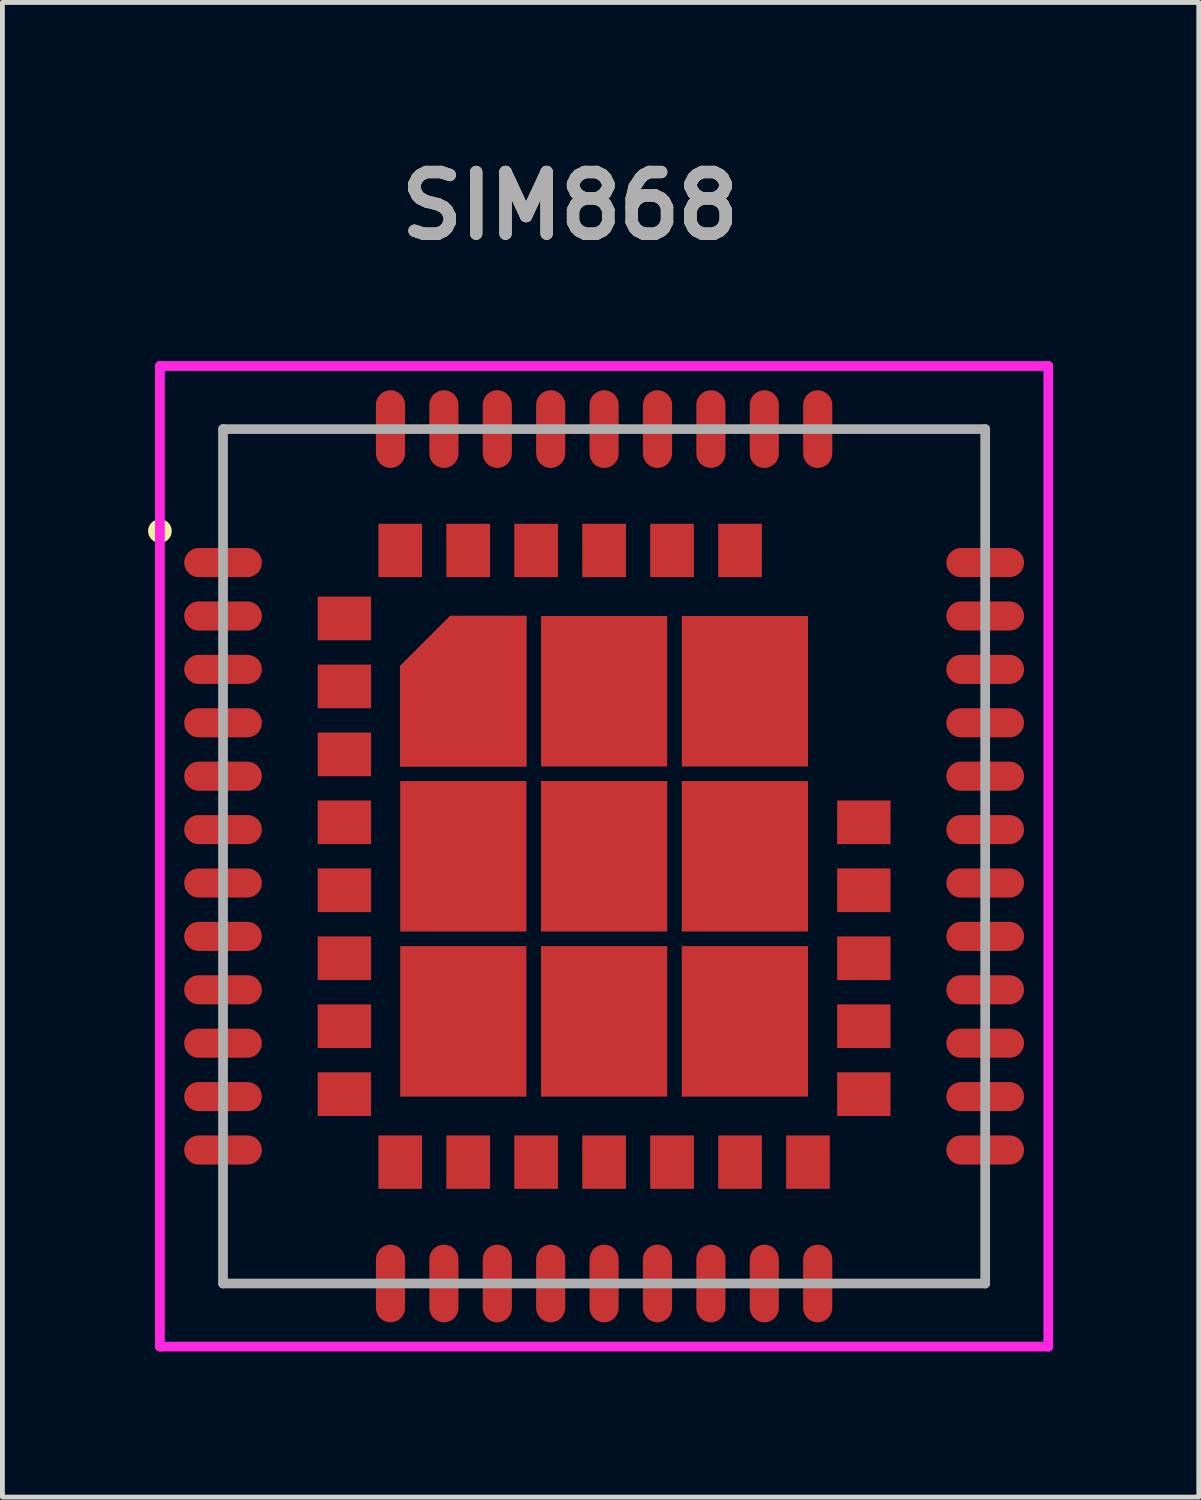
<source format=kicad_pcb>
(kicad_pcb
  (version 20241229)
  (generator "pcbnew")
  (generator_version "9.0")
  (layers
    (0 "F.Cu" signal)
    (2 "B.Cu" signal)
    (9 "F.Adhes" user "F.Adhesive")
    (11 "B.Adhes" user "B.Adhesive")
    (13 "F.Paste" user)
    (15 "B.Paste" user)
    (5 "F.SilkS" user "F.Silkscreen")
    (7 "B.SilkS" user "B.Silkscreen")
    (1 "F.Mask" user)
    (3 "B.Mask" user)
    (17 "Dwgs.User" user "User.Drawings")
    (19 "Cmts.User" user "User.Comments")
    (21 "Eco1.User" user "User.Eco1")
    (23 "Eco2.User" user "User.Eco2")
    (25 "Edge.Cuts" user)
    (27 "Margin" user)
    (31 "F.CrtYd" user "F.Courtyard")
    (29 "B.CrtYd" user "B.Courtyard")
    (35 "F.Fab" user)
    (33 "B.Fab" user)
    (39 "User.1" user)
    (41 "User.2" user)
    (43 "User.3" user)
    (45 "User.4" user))
  (footprint "SIM868"
    (layer "F.Cu")
    (at 9.394 14.589)
    (property "Reference" "SIM868" (at -0.7 -13.4 0) (layer "F.SilkS") (effects (font (size 1.27 1.27) (thickness 0.254))))
    (attr smd)
    (fp_circle (center -9.15 -6.7) (end -9.15 -6.556) (stroke (width 0.2) (type solid)) (fill no) (layer "F.SilkS"))
    (fp_line (start -9.15 -10.1) (end -9.15 10.1) (stroke (width 0.2) (type solid)) (layer "F.CrtYd"))
    (fp_line (start -9.15 -10.1) (end 9.15 -10.1) (stroke (width 0.2) (type solid)) (layer "F.CrtYd"))
    (fp_line (start 9.15 10.1) (end -9.15 10.1) (stroke (width 0.2) (type solid)) (layer "F.CrtYd"))
    (fp_line (start 9.15 10.1) (end 9.15 -10.1) (stroke (width 0.2) (type solid)) (layer "F.CrtYd"))
    (fp_line (start -7.85 -8.8) (end 7.85 -8.8) (stroke (width 0.2) (type solid)) (layer "F.Fab"))
    (fp_line (start -7.85 8.8) (end -7.85 -8.8) (stroke (width 0.2) (type solid)) (layer "F.Fab"))
    (fp_line (start 7.85 -8.8) (end 7.85 8.8) (stroke (width 0.2) (type solid)) (layer "F.Fab"))
    (fp_line (start 7.85 8.8) (end -7.85 8.8) (stroke (width 0.2) (type solid)) (layer "F.Fab"))
    (fp_text user "${REFERENCE}" (at -0.7 -13.4 0) (layer "F.Fab") (effects (font (size 1.27 1.27) (thickness 0.254))))
    (pad "1" smd oval (at -7.85 -6.05 90) (size 0.6 1.6) (layers "F.Cu" "F.Mask" "F.Paste"))
    (pad "2" smd oval (at -7.85 -4.95 90) (size 0.6 1.6) (layers "F.Cu" "F.Mask" "F.Paste"))
    (pad "3" smd oval (at -7.85 -3.85 90) (size 0.6 1.6) (layers "F.Cu" "F.Mask" "F.Paste"))
    (pad "4" smd oval (at -7.85 -2.75 90) (size 0.6 1.6) (layers "F.Cu" "F.Mask" "F.Paste"))
    (pad "5" smd oval (at -7.85 -1.65 90) (size 0.6 1.6) (layers "F.Cu" "F.Mask" "F.Paste"))
    (pad "6" smd oval (at -7.85 -0.55 90) (size 0.6 1.6) (layers "F.Cu" "F.Mask" "F.Paste"))
    (pad "7" smd oval (at -7.85 0.55 90) (size 0.6 1.6) (layers "F.Cu" "F.Mask" "F.Paste"))
    (pad "8" smd oval (at -7.85 1.65 90) (size 0.6 1.6) (layers "F.Cu" "F.Mask" "F.Paste"))
    (pad "9" smd oval (at -7.85 2.75 90) (size 0.6 1.6) (layers "F.Cu" "F.Mask" "F.Paste"))
    (pad "10" smd oval (at -7.85 3.85 90) (size 0.6 1.6) (layers "F.Cu" "F.Mask" "F.Paste"))
    (pad "11" smd oval (at -7.85 4.95 90) (size 0.6 1.6) (layers "F.Cu" "F.Mask" "F.Paste"))
    (pad "12" smd oval (at -7.85 6.05 90) (size 0.6 1.6) (layers "F.Cu" "F.Mask" "F.Paste"))
    (pad "13" smd oval (at -4.4 8.8) (size 0.6 1.6) (layers "F.Cu" "F.Mask" "F.Paste"))
    (pad "14" smd oval (at -3.3 8.8) (size 0.6 1.6) (layers "F.Cu" "F.Mask" "F.Paste"))
    (pad "15" smd oval (at -2.2 8.8) (size 0.6 1.6) (layers "F.Cu" "F.Mask" "F.Paste"))
    (pad "16" smd oval (at -1.1 8.8) (size 0.6 1.6) (layers "F.Cu" "F.Mask" "F.Paste"))
    (pad "17" smd oval (at 0 8.8) (size 0.6 1.6) (layers "F.Cu" "F.Mask" "F.Paste"))
    (pad "18" smd oval (at 1.1 8.8) (size 0.6 1.6) (layers "F.Cu" "F.Mask" "F.Paste"))
    (pad "19" smd oval (at 2.2 8.8) (size 0.6 1.6) (layers "F.Cu" "F.Mask" "F.Paste"))
    (pad "20" smd oval (at 3.3 8.8) (size 0.6 1.6) (layers "F.Cu" "F.Mask" "F.Paste"))
    (pad "21" smd oval (at 4.4 8.8) (size 0.6 1.6) (layers "F.Cu" "F.Mask" "F.Paste"))
    (pad "22" smd oval (at 7.85 6.05 90) (size 0.6 1.6) (layers "F.Cu" "F.Mask" "F.Paste"))
    (pad "23" smd oval (at 7.85 4.95 90) (size 0.6 1.6) (layers "F.Cu" "F.Mask" "F.Paste"))
    (pad "24" smd oval (at 7.85 3.85 90) (size 0.6 1.6) (layers "F.Cu" "F.Mask" "F.Paste"))
    (pad "25" smd oval (at 7.85 2.75 90) (size 0.6 1.6) (layers "F.Cu" "F.Mask" "F.Paste"))
    (pad "26" smd oval (at 7.85 1.65 90) (size 0.6 1.6) (layers "F.Cu" "F.Mask" "F.Paste"))
    (pad "27" smd oval (at 7.85 0.55 90) (size 0.6 1.6) (layers "F.Cu" "F.Mask" "F.Paste"))
    (pad "28" smd oval (at 7.85 -0.55 90) (size 0.6 1.6) (layers "F.Cu" "F.Mask" "F.Paste"))
    (pad "29" smd oval (at 7.85 -1.65 90) (size 0.6 1.6) (layers "F.Cu" "F.Mask" "F.Paste"))
    (pad "30" smd oval (at 7.85 -2.75 90) (size 0.6 1.6) (layers "F.Cu" "F.Mask" "F.Paste"))
    (pad "31" smd oval (at 7.85 -3.85 90) (size 0.6 1.6) (layers "F.Cu" "F.Mask" "F.Paste"))
    (pad "32" smd oval (at 7.85 -4.95 90) (size 0.6 1.6) (layers "F.Cu" "F.Mask" "F.Paste"))
    (pad "33" smd oval (at 7.85 -6.05 90) (size 0.6 1.6) (layers "F.Cu" "F.Mask" "F.Paste"))
    (pad "34" smd oval (at 4.4 -8.8) (size 0.6 1.6) (layers "F.Cu" "F.Mask" "F.Paste"))
    (pad "35" smd oval (at 3.3 -8.8) (size 0.6 1.6) (layers "F.Cu" "F.Mask" "F.Paste"))
    (pad "36" smd oval (at 2.2 -8.8) (size 0.6 1.6) (layers "F.Cu" "F.Mask" "F.Paste"))
    (pad "37" smd oval (at 1.1 -8.8) (size 0.6 1.6) (layers "F.Cu" "F.Mask" "F.Paste"))
    (pad "38" smd oval (at 0 -8.8) (size 0.6 1.6) (layers "F.Cu" "F.Mask" "F.Paste"))
    (pad "39" smd oval (at -1.1 -8.8) (size 0.6 1.6) (layers "F.Cu" "F.Mask" "F.Paste"))
    (pad "40" smd oval (at -2.2 -8.8) (size 0.6 1.6) (layers "F.Cu" "F.Mask" "F.Paste"))
    (pad "41" smd oval (at -3.3 -8.8) (size 0.6 1.6) (layers "F.Cu" "F.Mask" "F.Paste"))
    (pad "42" smd oval (at -4.4 -8.8) (size 0.6 1.6) (layers "F.Cu" "F.Mask" "F.Paste"))
    (pad "43" smd rect (at -5.35 -4.9 90) (size 0.9 1.1) (layers "F.Cu" "F.Mask" "F.Paste"))
    (pad "44" smd rect (at -5.35 -3.5 90) (size 0.9 1.1) (layers "F.Cu" "F.Mask" "F.Paste"))
    (pad "45" smd rect (at -5.35 -2.1 90) (size 0.9 1.1) (layers "F.Cu" "F.Mask" "F.Paste"))
    (pad "46" smd rect (at -5.35 -0.7 90) (size 0.9 1.1) (layers "F.Cu" "F.Mask" "F.Paste"))
    (pad "47" smd rect (at -5.35 0.7 90) (size 0.9 1.1) (layers "F.Cu" "F.Mask" "F.Paste"))
    (pad "48" smd rect (at -5.35 2.1 90) (size 0.9 1.1) (layers "F.Cu" "F.Mask" "F.Paste"))
    (pad "49" smd rect (at -5.35 3.5 90) (size 0.9 1.1) (layers "F.Cu" "F.Mask" "F.Paste"))
    (pad "50" smd rect (at -5.35 4.9 90) (size 0.9 1.1) (layers "F.Cu" "F.Mask" "F.Paste"))
    (pad "51" smd rect (at -4.2 6.3) (size 0.9 1.1) (layers "F.Cu" "F.Mask" "F.Paste"))
    (pad "52" smd rect (at -2.8 6.3) (size 0.9 1.1) (layers "F.Cu" "F.Mask" "F.Paste"))
    (pad "53" smd rect (at -1.4 6.3) (size 0.9 1.1) (layers "F.Cu" "F.Mask" "F.Paste"))
    (pad "54" smd rect (at 0 6.3) (size 0.9 1.1) (layers "F.Cu" "F.Mask" "F.Paste"))
    (pad "55" smd rect (at 1.4 6.3) (size 0.9 1.1) (layers "F.Cu" "F.Mask" "F.Paste"))
    (pad "56" smd rect (at 2.8 6.3) (size 0.9 1.1) (layers "F.Cu" "F.Mask" "F.Paste"))
    (pad "57" smd rect (at 4.2 6.3) (size 0.9 1.1) (layers "F.Cu" "F.Mask" "F.Paste"))
    (pad "58" smd rect (at 5.35 4.9 90) (size 0.9 1.1) (layers "F.Cu" "F.Mask" "F.Paste"))
    (pad "59" smd rect (at 5.35 3.5 90) (size 0.9 1.1) (layers "F.Cu" "F.Mask" "F.Paste"))
    (pad "60" smd rect (at 5.35 2.1 90) (size 0.9 1.1) (layers "F.Cu" "F.Mask" "F.Paste"))
    (pad "61" smd rect (at 5.35 0.7 90) (size 0.9 1.1) (layers "F.Cu" "F.Mask" "F.Paste"))
    (pad "62" smd rect (at 5.35 -0.7 90) (size 0.9 1.1) (layers "F.Cu" "F.Mask" "F.Paste"))
    (pad "63" smd rect (at 2.8 -6.3) (size 0.9 1.1) (layers "F.Cu" "F.Mask" "F.Paste"))
    (pad "64" smd rect (at 1.4 -6.3) (size 0.9 1.1) (layers "F.Cu" "F.Mask" "F.Paste"))
    (pad "65" smd rect (at 0 -6.3) (size 0.9 1.1) (layers "F.Cu" "F.Mask" "F.Paste"))
    (pad "66" smd rect (at -1.4 -6.3) (size 0.9 1.1) (layers "F.Cu" "F.Mask" "F.Paste"))
    (pad "67" smd rect (at -2.8 -6.3) (size 0.9 1.1) (layers "F.Cu" "F.Mask" "F.Paste"))
    (pad "68" smd rect (at -4.2 -6.3) (size 0.9 1.1) (layers "F.Cu" "F.Mask" "F.Paste"))
    (pad "69" smd custom (at -2.9 -3.4) (size 1.5 1.5) (layers "F.Cu" "F.Mask" "F.Paste") (options (anchor rect)) (primitives (gr_poly (pts (xy 1.3 -1.55) (xy -0.27 -1.55) (xy -1.3 -0.52) (xy -1.3 1.55) (xy 1.3 1.55)) (width 0.01) (fill yes))))
    (pad "70" smd rect (at -2.9 0) (size 2.6 3.1) (layers "F.Cu" "F.Mask" "F.Paste"))
    (pad "71" smd rect (at -2.9 3.4) (size 2.6 3.1) (layers "F.Cu" "F.Mask" "F.Paste"))
    (pad "72" smd rect (at 0 3.4) (size 2.6 3.1) (layers "F.Cu" "F.Mask" "F.Paste"))
    (pad "73" smd rect (at 2.9 3.4) (size 2.6 3.1) (layers "F.Cu" "F.Mask" "F.Paste"))
    (pad "74" smd rect (at 2.9 0) (size 2.6 3.1) (layers "F.Cu" "F.Mask" "F.Paste"))
    (pad "75" smd rect (at 2.9 -3.4) (size 2.6 3.1) (layers "F.Cu" "F.Mask" "F.Paste"))
    (pad "76" smd rect (at 0 -3.4) (size 2.6 3.1) (layers "F.Cu" "F.Mask" "F.Paste"))
    (pad "77" smd rect (at 0 0) (size 2.6 3.1) (layers "F.Cu" "F.Mask" "F.Paste")))
  (gr_rect
    (start -3 -3)
    (end 21.644 27.789)
    (stroke (width 0.1) (type default))
    (fill no)
    (layer "Edge.Cuts")))
</source>
